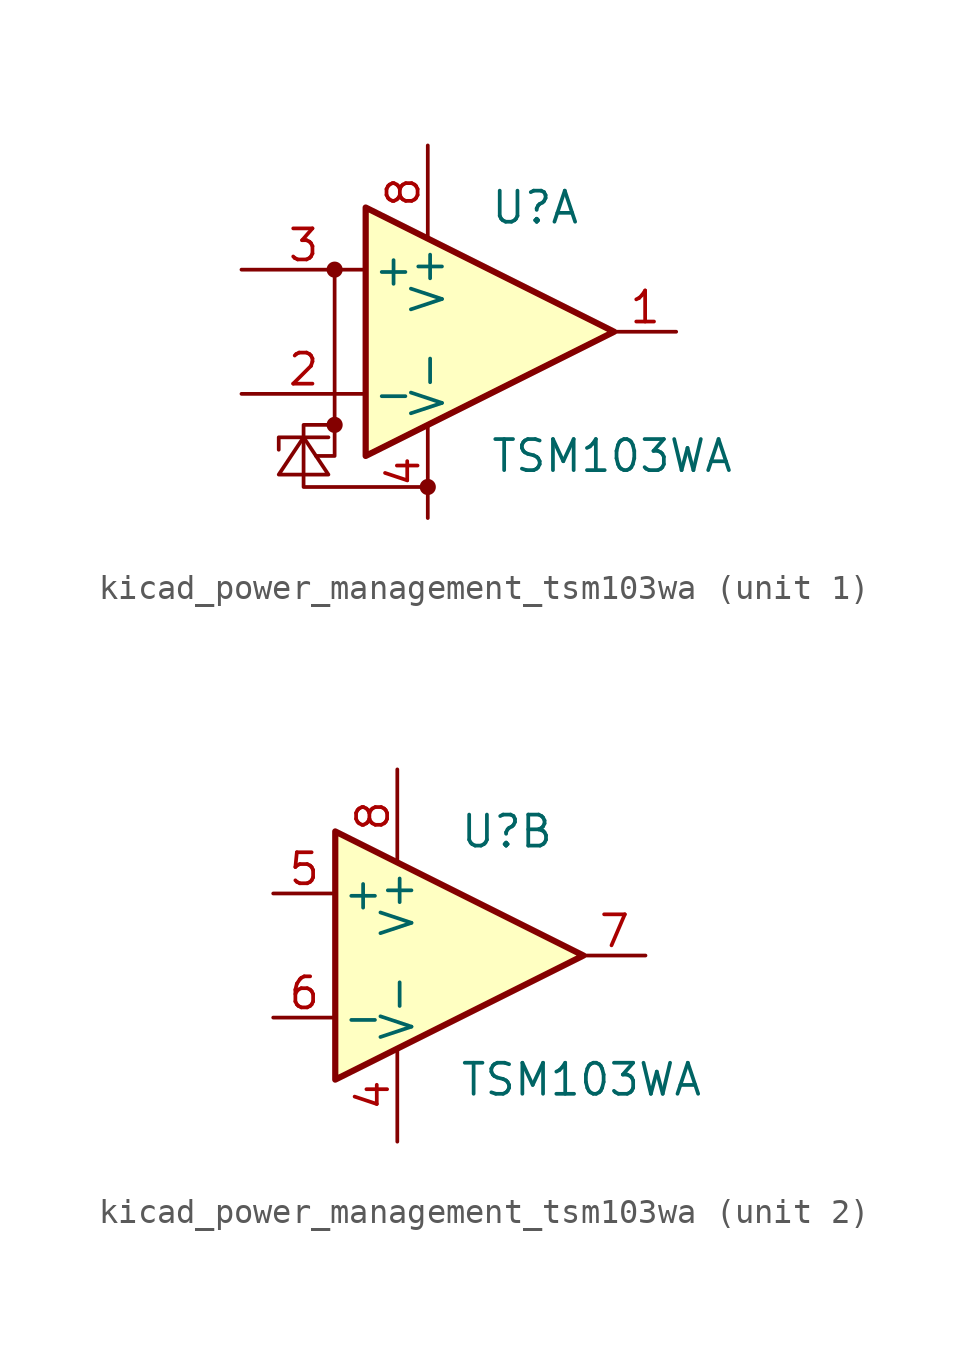
<source format=kicad_sym>
(kicad_symbol_lib
  (version 20220914)
  (generator kicad_symbol_editor)
  (symbol "kicad_power_management_tsm103wa"
    (pin_names
      (offset 0.254))
    (property "Reference" "U"
      (at 0 5.08 0)
      (effects (font (size 1.27 1.27)) (justify left)))
    (property "Value" "TSM103WA"
      (at 0 -5.08 0)
      (effects (font (size 1.27 1.27)) (justify left)))
    (symbol "kicad_power_management_tsm103wa_0_1"
      (polyline (pts (xy -5.08 5.08) (xy 5.08 0) (xy -5.08 -5.08) (xy -5.08 5.08)) (stroke (width 0.254) (type default)) (fill (type background)))
      (pin power_in line (at -2.54 -7.62 90) (length 3.81) (name "V-" (effects (font (size 1.27 1.27)))) (number "4" (effects (font (size 1.27 1.27)))))
      (pin power_in line (at -2.54 7.62 270) (length 3.81) (name "V+" (effects (font (size 1.27 1.27)))) (number "8" (effects (font (size 1.27 1.27))))))
    (symbol "kicad_power_management_tsm103wa_1_1"
      (circle (center -6.35 -3.81) (radius 0.254) (stroke (width 0) (type default)) (fill (type outline)))
      (circle (center -6.35 2.54) (radius 0.254) (stroke (width 0) (type default)) (fill (type outline)))
      (circle (center -2.54 -6.35) (radius 0.254) (stroke (width 0) (type default)) (fill (type outline)))
      (polyline (pts (xy -8.636 -4.826) (xy -8.636 -4.318) (xy -6.604 -4.318)) (stroke (width 0) (type default)) (fill (type none)))
      (polyline (pts (xy -7.112 -5.08) (xy -6.35 -5.08) (xy -6.35 2.54)) (stroke (width 0) (type default)) (fill (type none)))
      (polyline (pts (xy -8.636 -5.842) (xy -7.62 -4.318) (xy -6.604 -5.842) (xy -8.636 -5.842)) (stroke (width 0) (type default)) (fill (type none)))
      (polyline (pts (xy -6.35 -3.81) (xy -7.62 -3.81) (xy -7.62 -6.35) (xy -2.54 -6.35)) (stroke (width 0) (type default)) (fill (type none)))
      (pin output line (at 7.62 0 180) (length 2.54) (name "~" (effects (font (size 1.27 1.27)))) (number "1" (effects (font (size 1.27 1.27)))))
      (pin input line (at -10.16 -2.54 0) (length 5.08) (name "-" (effects (font (size 1.27 1.27)))) (number "2" (effects (font (size 1.27 1.27)))))
      (pin input line (at -10.16 2.54 0) (length 5.08) (name "+" (effects (font (size 1.27 1.27)))) (number "3" (effects (font (size 1.27 1.27))))))
    (symbol "kicad_power_management_tsm103wa_2_1"
      (pin input line (at -7.62 2.54 0) (length 2.54) (name "+" (effects (font (size 1.27 1.27)))) (number "5" (effects (font (size 1.27 1.27)))))
      (pin input line (at -7.62 -2.54 0) (length 2.54) (name "-" (effects (font (size 1.27 1.27)))) (number "6" (effects (font (size 1.27 1.27)))))
      (pin output line (at 7.62 0 180) (length 2.54) (name "~" (effects (font (size 1.27 1.27)))) (number "7" (effects (font (size 1.27 1.27))))))))
</source>
